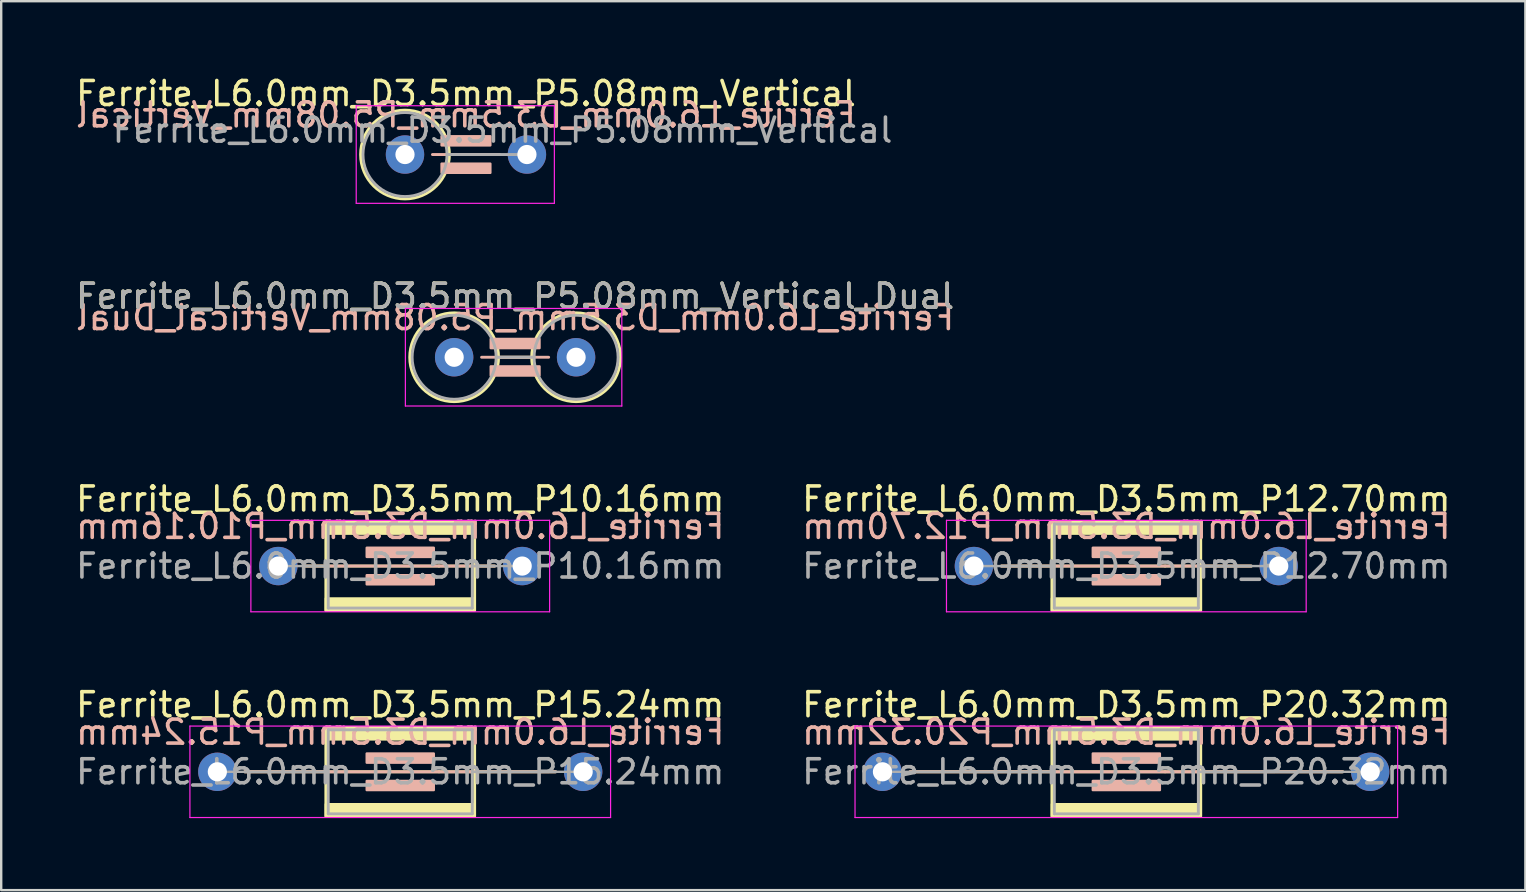
<source format=kicad_pcb>
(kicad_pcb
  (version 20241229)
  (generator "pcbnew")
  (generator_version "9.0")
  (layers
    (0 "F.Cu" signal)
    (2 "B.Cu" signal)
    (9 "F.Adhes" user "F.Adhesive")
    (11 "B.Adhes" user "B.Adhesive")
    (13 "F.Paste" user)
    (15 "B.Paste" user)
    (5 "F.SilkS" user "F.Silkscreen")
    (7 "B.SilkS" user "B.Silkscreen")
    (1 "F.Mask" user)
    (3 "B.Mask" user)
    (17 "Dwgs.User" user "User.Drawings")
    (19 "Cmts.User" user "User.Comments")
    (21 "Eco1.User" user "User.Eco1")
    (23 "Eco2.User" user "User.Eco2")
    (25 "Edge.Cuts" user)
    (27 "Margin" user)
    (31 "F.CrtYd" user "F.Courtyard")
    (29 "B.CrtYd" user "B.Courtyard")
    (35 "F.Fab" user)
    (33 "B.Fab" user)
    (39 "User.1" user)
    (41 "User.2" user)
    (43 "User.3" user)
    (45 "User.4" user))
  (footprint "Ferrite_L6.0mm_D3.5mm_P15.24mm"
    (layer "F.Cu")
    (at 6.005 29.105)
    (property "Reference" "Ferrite_L6.0mm_D3.5mm_P15.24mm" (at 7.62 -2.794 0) (layer "F.SilkS") (effects (font (size 1 1) (thickness 0.15))))
    (fp_line (start 9.234 0.000002) (end 1.143 0) (stroke (width 0.12) (type solid)) (layer "F.SilkS"))
    (fp_line (start 9.234 0.000002) (end 14.097 0) (stroke (width 0.12) (type solid)) (layer "F.SilkS"))
    (fp_rect (start 4.52 -1.85) (end 10.72 1.85) (stroke (width 0.12) (type solid)) (fill no) (layer "F.SilkS"))
    (fp_poly (pts (xy 4.52 1.35) (xy 10.72 1.35) (xy 10.72 1.85) (xy 4.52 1.85)) (stroke (width 0.1) (type solid)) (fill yes) (layer "F.SilkS"))
    (fp_poly (pts (xy 10.72 -1.35) (xy 4.52 -1.35) (xy 4.52 -1.85) (xy 10.72 -1.85)) (stroke (width 0.1) (type solid)) (fill yes) (layer "F.SilkS"))
    (fp_line (start 1.143 0) (end 14.097 0) (stroke (width 0.12) (type solid)) (layer "B.SilkS"))
    (fp_rect (start 6.223 -0.762) (end 9.017 -0.381) (stroke (width 0.1) (type solid)) (fill yes) (layer "B.SilkS"))
    (fp_rect (start 6.223 0.381) (end 9.017 0.762) (stroke (width 0.1) (type solid)) (fill yes) (layer "B.SilkS"))
    (fp_line (start -1.143 -1.905) (end 16.383 -1.905) (stroke (width 0.05) (type solid)) (layer "F.CrtYd"))
    (fp_line (start -1.143 1.905) (end -1.143 -1.905) (stroke (width 0.05) (type solid)) (layer "F.CrtYd"))
    (fp_line (start 16.383 -1.905) (end 16.383 1.905) (stroke (width 0.05) (type solid)) (layer "F.CrtYd"))
    (fp_line (start 16.383 1.905) (end -1.143 1.905) (stroke (width 0.05) (type solid)) (layer "F.CrtYd"))
    (fp_line (start 4.62 -1.75) (end 10.62 -1.75) (stroke (width 0.12) (type solid)) (layer "F.Fab"))
    (fp_line (start 4.62 0) (end 0 0) (stroke (width 0.1) (type solid)) (layer "F.Fab"))
    (fp_line (start 4.62 1.75) (end 4.62 -1.75) (stroke (width 0.12) (type solid)) (layer "F.Fab"))
    (fp_line (start 10.62 -1.75) (end 10.62 1.75) (stroke (width 0.12) (type solid)) (layer "F.Fab"))
    (fp_line (start 10.62 1.75) (end 4.62 1.75) (stroke (width 0.12) (type solid)) (layer "F.Fab"))
    (fp_line (start 15.24 0) (end 10.62 0) (stroke (width 0.1) (type solid)) (layer "F.Fab"))
    (fp_text user "${REFERENCE}" (at 7.62 -1.651 0) (layer "B.SilkS") (effects (font (size 1 1) (thickness 0.15)) (justify mirror)))
    (fp_text user "${REFERENCE}" (at 7.62 0 0) (layer "F.Fab") (effects (font (size 1 1) (thickness 0.15))))
    (pad "1" thru_hole circle (at 0 0) (size 1.6 1.6) (drill 0.8) (layers "*.Cu" "*.Mask"))
    (pad "2" thru_hole circle (at 15.24 0) (size 1.6 1.6) (drill 0.8) (layers "*.Cu" "*.Mask")))
  (footprint "Ferrite_L6.0mm_D3.5mm_P12.70mm"
    (layer "F.Cu")
    (at 37.525 20.533)
    (property "Reference" "Ferrite_L6.0mm_D3.5mm_P12.70mm" (at 6.35 -2.794 0) (layer "F.SilkS") (effects (font (size 1 1) (thickness 0.15))))
    (fp_line (start 7.964 0.000002) (end 1.143 0) (stroke (width 0.12) (type solid)) (layer "F.SilkS"))
    (fp_line (start 7.964 0.000002) (end 11.557 0) (stroke (width 0.12) (type solid)) (layer "F.SilkS"))
    (fp_rect (start 3.25 -1.85) (end 9.45 1.85) (stroke (width 0.12) (type solid)) (fill no) (layer "F.SilkS"))
    (fp_poly (pts (xy 3.25 1.35) (xy 9.45 1.35) (xy 9.45 1.85) (xy 3.25 1.85)) (stroke (width 0.1) (type solid)) (fill yes) (layer "F.SilkS"))
    (fp_poly (pts (xy 9.45 -1.35) (xy 3.25 -1.35) (xy 3.25 -1.85) (xy 9.45 -1.85)) (stroke (width 0.1) (type solid)) (fill yes) (layer "F.SilkS"))
    (fp_line (start 1.143 0) (end 11.557 0) (stroke (width 0.12) (type solid)) (layer "B.SilkS"))
    (fp_rect (start 4.953 -0.762) (end 7.747 -0.381) (stroke (width 0.1) (type solid)) (fill yes) (layer "B.SilkS"))
    (fp_rect (start 4.953 0.381) (end 7.747 0.762) (stroke (width 0.1) (type solid)) (fill yes) (layer "B.SilkS"))
    (fp_line (start -1.143 -1.905) (end 13.843 -1.905) (stroke (width 0.05) (type solid)) (layer "F.CrtYd"))
    (fp_line (start -1.143 1.905) (end -1.143 -1.905) (stroke (width 0.05) (type solid)) (layer "F.CrtYd"))
    (fp_line (start 13.843 -1.905) (end 13.843 1.905) (stroke (width 0.05) (type solid)) (layer "F.CrtYd"))
    (fp_line (start 13.843 1.905) (end -1.143 1.905) (stroke (width 0.05) (type solid)) (layer "F.CrtYd"))
    (fp_line (start 0 0) (end 3.35 0) (stroke (width 0.1) (type solid)) (layer "F.Fab"))
    (fp_line (start 3.35 -1.75) (end 9.35 -1.75) (stroke (width 0.12) (type solid)) (layer "F.Fab"))
    (fp_line (start 3.35 1.75) (end 3.35 -1.75) (stroke (width 0.12) (type solid)) (layer "F.Fab"))
    (fp_line (start 9.35 -1.75) (end 9.35 1.75) (stroke (width 0.12) (type solid)) (layer "F.Fab"))
    (fp_line (start 9.35 1.75) (end 3.35 1.75) (stroke (width 0.12) (type solid)) (layer "F.Fab"))
    (fp_line (start 12.7 0) (end 9.35 0) (stroke (width 0.1) (type solid)) (layer "F.Fab"))
    (fp_text user "${REFERENCE}" (at 6.35 -1.651 0) (layer "B.SilkS") (effects (font (size 1 1) (thickness 0.15)) (justify mirror)))
    (fp_text user "${REFERENCE}" (at 6.35 0 0) (layer "F.Fab") (effects (font (size 1 1) (thickness 0.15))))
    (pad "1" thru_hole circle (at 0 0) (size 1.6 1.6) (drill 0.8) (layers "*.Cu" "*.Mask"))
    (pad "2" thru_hole circle (at 12.7 0) (size 1.6 1.6) (drill 0.8) (layers "*.Cu" "*.Mask")))
  (footprint "Ferrite_L6.0mm_D3.5mm_P10.16mm"
    (layer "F.Cu")
    (at 8.545 20.533)
    (property "Reference" "Ferrite_L6.0mm_D3.5mm_P10.16mm" (at 5.08 -2.794 0) (layer "F.SilkS") (effects (font (size 1 1) (thickness 0.15))))
    (fp_line (start 6.694 0.000002) (end 1.143 0) (stroke (width 0.12) (type solid)) (layer "F.SilkS"))
    (fp_line (start 6.694 0.000002) (end 9.017 0) (stroke (width 0.12) (type solid)) (layer "F.SilkS"))
    (fp_rect (start 1.98 -1.85) (end 8.18 1.85) (stroke (width 0.12) (type solid)) (fill no) (layer "F.SilkS"))
    (fp_poly (pts (xy 1.98 1.35) (xy 8.18 1.35) (xy 8.18 1.85) (xy 1.98 1.85)) (stroke (width 0.1) (type solid)) (fill yes) (layer "F.SilkS"))
    (fp_poly (pts (xy 8.18 -1.35) (xy 1.98 -1.35) (xy 1.98 -1.85) (xy 8.18 -1.85)) (stroke (width 0.1) (type solid)) (fill yes) (layer "F.SilkS"))
    (fp_line (start 1.143 0) (end 9.017 0) (stroke (width 0.12) (type solid)) (layer "B.SilkS"))
    (fp_rect (start 3.683 -0.762) (end 6.477 -0.381) (stroke (width 0.1) (type solid)) (fill yes) (layer "B.SilkS"))
    (fp_rect (start 3.683 0.381) (end 6.477 0.762) (stroke (width 0.1) (type solid)) (fill yes) (layer "B.SilkS"))
    (fp_line (start -1.143 -1.905) (end 11.303 -1.905) (stroke (width 0.05) (type solid)) (layer "F.CrtYd"))
    (fp_line (start -1.143 1.905) (end -1.143 -1.905) (stroke (width 0.05) (type solid)) (layer "F.CrtYd"))
    (fp_line (start 11.303 -1.905) (end 11.303 1.905) (stroke (width 0.05) (type solid)) (layer "F.CrtYd"))
    (fp_line (start 11.303 1.905) (end -1.143 1.905) (stroke (width 0.05) (type solid)) (layer "F.CrtYd"))
    (fp_line (start 0 0) (end 2.08 0) (stroke (width 0.1) (type solid)) (layer "F.Fab"))
    (fp_line (start 2.08 -1.75) (end 8.08 -1.75) (stroke (width 0.12) (type solid)) (layer "F.Fab"))
    (fp_line (start 2.08 1.75) (end 2.08 -1.75) (stroke (width 0.12) (type solid)) (layer "F.Fab"))
    (fp_line (start 8.08 -1.75) (end 8.08 1.75) (stroke (width 0.12) (type solid)) (layer "F.Fab"))
    (fp_line (start 8.08 1.75) (end 2.08 1.75) (stroke (width 0.12) (type solid)) (layer "F.Fab"))
    (fp_line (start 10.16 0) (end 8.08 0) (stroke (width 0.1) (type solid)) (layer "F.Fab"))
    (fp_text user "${REFERENCE}" (at 5.08 -1.651 0) (layer "B.SilkS") (effects (font (size 1 1) (thickness 0.15)) (justify mirror)))
    (fp_text user "${REFERENCE}" (at 5.08 0 0) (layer "F.Fab") (effects (font (size 1 1) (thickness 0.15))))
    (pad "1" thru_hole circle (at 0 0) (size 1.6 1.6) (drill 0.8) (layers "*.Cu" "*.Mask"))
    (pad "2" thru_hole circle (at 10.16 0) (size 1.6 1.6) (drill 0.8) (layers "*.Cu" "*.Mask")))
  (footprint "Ferrite_L6.0mm_D3.5mm_P5.08mm_Vertical"
    (layer "F.Cu")
    (at 13.823 3.388)
    (property "Reference" "Ferrite_L6.0mm_D3.5mm_P5.08mm_Vertical" (at 2.54 -2.54 0) (layer "F.SilkS") (effects (font (size 1 1) (thickness 0.15))))
    (fp_line (start 1.85 0) (end 3.937 0) (stroke (width 0.12) (type solid)) (layer "F.SilkS"))
    (fp_circle (center 0 0) (end 0 -1.85) (stroke (width 0.12) (type solid)) (fill no) (layer "F.SilkS"))
    (fp_line (start 3.937 0) (end 1.143 0) (stroke (width 0.12) (type solid)) (layer "B.SilkS"))
    (fp_rect (start 1.524 -0.762) (end 3.556 -0.381) (stroke (width 0.1) (type solid)) (fill yes) (layer "B.SilkS"))
    (fp_rect (start 1.524 0.381) (end 3.556 0.762) (stroke (width 0.1) (type solid)) (fill yes) (layer "B.SilkS"))
    (fp_line (start -2.032 -2.032) (end 6.223 -2.032) (stroke (width 0.05) (type solid)) (layer "F.CrtYd"))
    (fp_line (start -2.032 2.032) (end -2.032 -2.032) (stroke (width 0.05) (type solid)) (layer "F.CrtYd"))
    (fp_line (start 6.223 -2.032) (end 6.223 2.032) (stroke (width 0.05) (type solid)) (layer "F.CrtYd"))
    (fp_line (start 6.223 2.032) (end -2.032 2.032) (stroke (width 0.05) (type solid)) (layer "F.CrtYd"))
    (fp_line (start 1.75 0) (end 5.08 0) (stroke (width 0.12) (type solid)) (layer "F.Fab"))
    (fp_circle (center 0 0) (end 0 -1.75) (stroke (width 0.12) (type solid)) (fill no) (layer "F.Fab"))
    (fp_text user "${REFERENCE}" (at 2.54 -1.651 0) (layer "B.SilkS") (effects (font (size 1 1) (thickness 0.15)) (justify mirror)))
    (fp_text user "${REFERENCE}" (at 4.064 -1.016 0) (layer "F.Fab") (effects (font (size 1 1) (thickness 0.15))))
    (pad "1" thru_hole circle (at 0 0) (size 1.6 1.6) (drill 0.8) (layers "*.Cu" "*.Mask"))
    (pad "2" thru_hole circle (at 5.08 0) (size 1.6 1.6) (drill 0.8) (layers "*.Cu" "*.Mask")))
  (footprint "Ferrite_L6.0mm_D3.5mm_P5.08mm_Vertical_Dual"
    (layer "F.Cu")
    (at 15.871 11.834)
    (property "Reference" "Ferrite_L6.0mm_D3.5mm_P5.08mm_Vertical_Dual" (at 2.54 -2.54 0) (layer "F.SilkS") (effects (font (size 1 1) (thickness 0.15))))
    (fp_line (start 1.85 0) (end 3.23 0) (stroke (width 0.12) (type solid)) (layer "F.SilkS"))
    (fp_circle (center 0 0) (end 0 -1.85) (stroke (width 0.12) (type solid)) (fill no) (layer "F.SilkS"))
    (fp_circle (center 5.08 0) (end 5.08 -1.85) (stroke (width 0.12) (type solid)) (fill no) (layer "F.SilkS"))
    (fp_line (start 3.937 0) (end 1.143 0) (stroke (width 0.12) (type solid)) (layer "B.SilkS"))
    (fp_rect (start 1.524 -0.762) (end 3.556 -0.381) (stroke (width 0.1) (type solid)) (fill yes) (layer "B.SilkS"))
    (fp_rect (start 1.524 0.381) (end 3.556 0.762) (stroke (width 0.1) (type solid)) (fill yes) (layer "B.SilkS"))
    (fp_line (start -2.032 -2.032) (end 6.985 -2.032) (stroke (width 0.05) (type solid)) (layer "F.CrtYd"))
    (fp_line (start -2.032 2.032) (end -2.032 -2.032) (stroke (width 0.05) (type solid)) (layer "F.CrtYd"))
    (fp_line (start 6.985 -2.032) (end 6.985 2.032) (stroke (width 0.05) (type solid)) (layer "F.CrtYd"))
    (fp_line (start 6.985 2.032) (end -2.032 2.032) (stroke (width 0.05) (type solid)) (layer "F.CrtYd"))
    (fp_line (start 1.75 0) (end 3.33 0) (stroke (width 0.12) (type solid)) (layer "F.Fab"))
    (fp_circle (center 0 0) (end 0 -1.75) (stroke (width 0.12) (type solid)) (fill no) (layer "F.Fab"))
    (fp_circle (center 5.08 0) (end 5.08 -1.75) (stroke (width 0.12) (type solid)) (fill no) (layer "F.Fab"))
    (fp_text user "${REFERENCE}" (at 2.54 -1.651 0) (layer "B.SilkS") (effects (font (size 1 1) (thickness 0.15)) (justify mirror)))
    (fp_text user "${REFERENCE}" (at 2.54 -2.539 0) (layer "F.Fab") (effects (font (size 1 1) (thickness 0.15))))
    (pad "1" thru_hole circle (at 0 0) (size 1.6 1.6) (drill 0.8) (layers "*.Cu" "*.Mask"))
    (pad "2" thru_hole circle (at 5.08 0) (size 1.6 1.6) (drill 0.8) (layers "*.Cu" "*.Mask")))
  (footprint "Ferrite_L6.0mm_D3.5mm_P20.32mm"
    (layer "F.Cu")
    (at 33.715 29.105)
    (property "Reference" "Ferrite_L6.0mm_D3.5mm_P20.32mm" (at 10.16 -2.794 0) (layer "F.SilkS") (effects (font (size 1 1) (thickness 0.15))))
    (fp_line (start 11.774 0.000002) (end 1.143 0) (stroke (width 0.12) (type solid)) (layer "F.SilkS"))
    (fp_line (start 11.774 0.000002) (end 19.177 0) (stroke (width 0.12) (type solid)) (layer "F.SilkS"))
    (fp_rect (start 7.06 -1.85) (end 13.26 1.85) (stroke (width 0.12) (type solid)) (fill no) (layer "F.SilkS"))
    (fp_poly (pts (xy 7.06 1.35) (xy 13.26 1.35) (xy 13.26 1.85) (xy 7.06 1.85)) (stroke (width 0.1) (type solid)) (fill yes) (layer "F.SilkS"))
    (fp_poly (pts (xy 13.26 -1.35) (xy 7.06 -1.35) (xy 7.06 -1.85) (xy 13.26 -1.85)) (stroke (width 0.1) (type solid)) (fill yes) (layer "F.SilkS"))
    (fp_line (start 1.143 0) (end 19.177 0) (stroke (width 0.12) (type solid)) (layer "B.SilkS"))
    (fp_rect (start 8.763 -0.762) (end 11.557 -0.381) (stroke (width 0.1) (type solid)) (fill yes) (layer "B.SilkS"))
    (fp_rect (start 8.763 0.381) (end 11.557 0.762) (stroke (width 0.1) (type solid)) (fill yes) (layer "B.SilkS"))
    (fp_line (start -1.143 -1.905) (end 21.463 -1.905) (stroke (width 0.05) (type solid)) (layer "F.CrtYd"))
    (fp_line (start -1.143 1.905) (end -1.143 -1.905) (stroke (width 0.05) (type solid)) (layer "F.CrtYd"))
    (fp_line (start 21.463 -1.905) (end 21.463 1.905) (stroke (width 0.05) (type solid)) (layer "F.CrtYd"))
    (fp_line (start 21.463 1.905) (end -1.143 1.905) (stroke (width 0.05) (type solid)) (layer "F.CrtYd"))
    (fp_line (start 0 0) (end 7.16 0) (stroke (width 0.1) (type solid)) (layer "F.Fab"))
    (fp_line (start 7.16 -1.75) (end 13.16 -1.75) (stroke (width 0.12) (type solid)) (layer "F.Fab"))
    (fp_line (start 7.16 1.75) (end 7.16 -1.75) (stroke (width 0.12) (type solid)) (layer "F.Fab"))
    (fp_line (start 13.16 -1.75) (end 13.16 1.75) (stroke (width 0.12) (type solid)) (layer "F.Fab"))
    (fp_line (start 13.16 1.75) (end 7.16 1.75) (stroke (width 0.12) (type solid)) (layer "F.Fab"))
    (fp_line (start 20.32 0) (end 13.16 0) (stroke (width 0.1) (type solid)) (layer "F.Fab"))
    (fp_text user "${REFERENCE}" (at 10.16 -1.651 0) (layer "B.SilkS") (effects (font (size 1 1) (thickness 0.15)) (justify mirror)))
    (fp_text user "${REFERENCE}" (at 10.16 0 0) (layer "F.Fab") (effects (font (size 1 1) (thickness 0.15))))
    (pad "1" thru_hole circle (at 0 0) (size 1.6 1.6) (drill 0.8) (layers "*.Cu" "*.Mask"))
    (pad "2" thru_hole circle (at 20.32 0) (size 1.6 1.6) (drill 0.8) (layers "*.Cu" "*.Mask")))
  (gr_rect
    (start -3 -3)
    (end 60.5 34.035)
    (stroke (width 0.1) (type default))
    (fill no)
    (layer "Edge.Cuts")))
</source>
